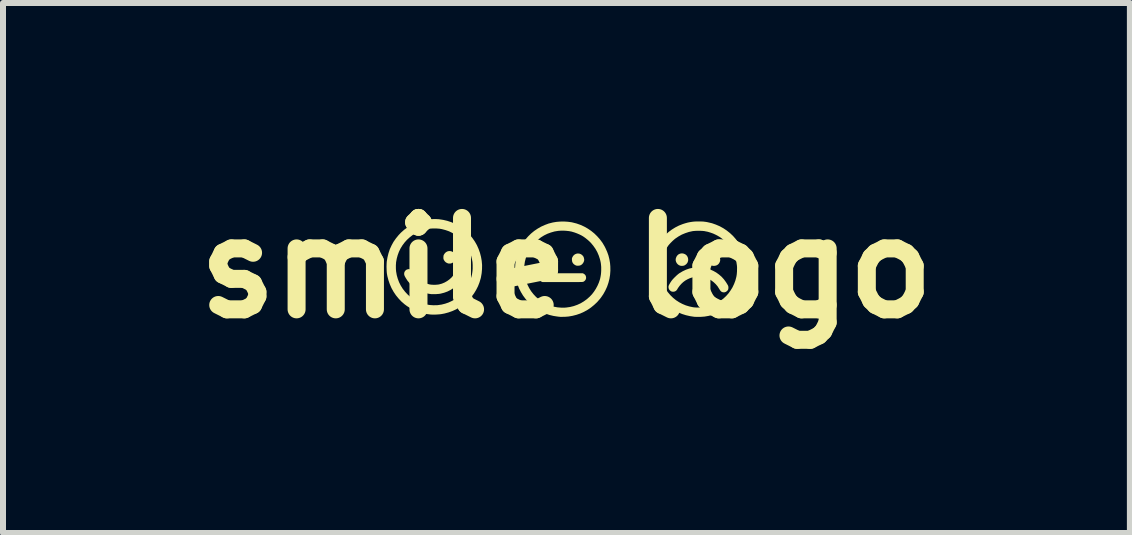
<source format=kicad_pcb>
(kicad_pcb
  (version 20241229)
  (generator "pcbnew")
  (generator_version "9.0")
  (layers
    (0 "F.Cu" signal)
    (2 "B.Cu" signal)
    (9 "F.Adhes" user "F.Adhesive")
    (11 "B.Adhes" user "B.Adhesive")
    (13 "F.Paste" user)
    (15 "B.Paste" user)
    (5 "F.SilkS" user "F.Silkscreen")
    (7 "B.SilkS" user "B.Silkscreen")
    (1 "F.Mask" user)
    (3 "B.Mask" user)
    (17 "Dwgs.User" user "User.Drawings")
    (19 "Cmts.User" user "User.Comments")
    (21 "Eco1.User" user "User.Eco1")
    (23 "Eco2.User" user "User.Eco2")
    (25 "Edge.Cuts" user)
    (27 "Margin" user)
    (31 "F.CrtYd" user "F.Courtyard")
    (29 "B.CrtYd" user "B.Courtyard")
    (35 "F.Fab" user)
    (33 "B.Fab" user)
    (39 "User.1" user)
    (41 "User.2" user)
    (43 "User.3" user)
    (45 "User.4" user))
  (footprint "smile logo"
    (layer "F.Cu")
    (at 6.394 1.418)
    (property "Reference" "smile logo" (at 0 0 0) (layer "F.SilkS") (effects (font (size 1.524 1.524) (thickness 0.3))))
    (attr board_only exclude_from_pos_files exclude_from_bom)
    (fp_poly (pts (xy 2.477 -0.242) (xy 2.498 -0.237) (xy 2.517 -0.226) (xy 2.532 -0.213) (xy 2.547 -0.193) (xy 2.558 -0.172) (xy 2.562 -0.15) (xy 2.563 -0.128) (xy 2.558 -0.107) (xy 2.549 -0.087) (xy 2.537 -0.069) (xy 2.52 -0.054) (xy 2.5 -0.043) (xy 2.477 -0.037) (xy 2.465 -0.036) (xy 2.444 -0.036) (xy 2.428 -0.039) (xy 2.405 -0.05) (xy 2.386 -0.064) (xy 2.371 -0.083) (xy 2.36 -0.104) (xy 2.355 -0.126) (xy 2.355 -0.15) (xy 2.361 -0.174) (xy 2.366 -0.186) (xy 2.38 -0.208) (xy 2.397 -0.224) (xy 2.418 -0.236) (xy 2.443 -0.242) (xy 2.453 -0.243)) (stroke (width 0) (type solid)) (fill yes) (layer "F.SilkS"))
    (fp_poly (pts (xy -2.452 -0.279) (xy -2.434 -0.271) (xy -2.418 -0.261) (xy -2.404 -0.247) (xy -2.392 -0.231) (xy -2.385 -0.217) (xy -2.38 -0.198) (xy -2.378 -0.178) (xy -2.38 -0.157) (xy -2.383 -0.144) (xy -2.394 -0.122) (xy -2.409 -0.104) (xy -2.428 -0.089) (xy -2.449 -0.079) (xy -2.472 -0.074) (xy -2.495 -0.074) (xy -2.502 -0.075) (xy -2.526 -0.083) (xy -2.546 -0.095) (xy -2.563 -0.112) (xy -2.575 -0.131) (xy -2.583 -0.152) (xy -2.587 -0.175) (xy -2.585 -0.199) (xy -2.577 -0.222) (xy -2.575 -0.227) (xy -2.561 -0.247) (xy -2.543 -0.263) (xy -2.522 -0.274) (xy -2.5 -0.281) (xy -2.476 -0.282)) (stroke (width 0) (type solid)) (fill yes) (layer "F.SilkS"))
    (fp_poly (pts (xy 1.952 -0.24) (xy 1.975 -0.231) (xy 1.985 -0.225) (xy 2.003 -0.21) (xy 2.016 -0.191) (xy 2.025 -0.169) (xy 2.029 -0.146) (xy 2.028 -0.122) (xy 2.021 -0.099) (xy 2.021 -0.097) (xy 2.009 -0.078) (xy 1.994 -0.061) (xy 1.975 -0.048) (xy 1.967 -0.043) (xy 1.951 -0.038) (xy 1.933 -0.036) (xy 1.914 -0.036) (xy 1.898 -0.038) (xy 1.895 -0.039) (xy 1.872 -0.049) (xy 1.853 -0.064) (xy 1.838 -0.082) (xy 1.827 -0.103) (xy 1.821 -0.126) (xy 1.821 -0.149) (xy 1.824 -0.163) (xy 1.833 -0.187) (xy 1.846 -0.207) (xy 1.863 -0.224) (xy 1.883 -0.235) (xy 1.905 -0.242) (xy 1.928 -0.244)) (stroke (width 0) (type solid)) (fill yes) (layer "F.SilkS"))
    (fp_poly (pts (xy -1.921 -0.279) (xy -1.901 -0.271) (xy -1.881 -0.258) (xy -1.865 -0.241) (xy -1.854 -0.222) (xy -1.847 -0.201) (xy -1.844 -0.178) (xy -1.847 -0.156) (xy -1.853 -0.135) (xy -1.864 -0.116) (xy -1.88 -0.099) (xy -1.889 -0.093) (xy -1.912 -0.081) (xy -1.935 -0.074) (xy -1.959 -0.074) (xy -1.968 -0.075) (xy -1.991 -0.083) (xy -2.013 -0.096) (xy -2.03 -0.113) (xy -2.044 -0.134) (xy -2.044 -0.134) (xy -2.048 -0.145) (xy -2.051 -0.155) (xy -2.052 -0.166) (xy -2.052 -0.178) (xy -2.051 -0.193) (xy -2.05 -0.203) (xy -2.048 -0.212) (xy -2.043 -0.223) (xy -2.029 -0.244) (xy -2.012 -0.261) (xy -1.991 -0.274) (xy -1.969 -0.281) (xy -1.945 -0.283)) (stroke (width 0) (type solid)) (fill yes) (layer "F.SilkS"))
    (fp_poly (pts (xy -0.315 -0.239) (xy -0.293 -0.231) (xy -0.273 -0.217) (xy -0.257 -0.198) (xy -0.247 -0.181) (xy -0.241 -0.161) (xy -0.239 -0.138) (xy -0.241 -0.115) (xy -0.247 -0.097) (xy -0.259 -0.078) (xy -0.275 -0.061) (xy -0.294 -0.048) (xy -0.297 -0.046) (xy -0.311 -0.041) (xy -0.328 -0.039) (xy -0.346 -0.038) (xy -0.363 -0.039) (xy -0.377 -0.043) (xy -0.399 -0.055) (xy -0.418 -0.071) (xy -0.432 -0.091) (xy -0.44 -0.112) (xy -0.444 -0.135) (xy -0.442 -0.159) (xy -0.434 -0.182) (xy -0.431 -0.187) (xy -0.42 -0.205) (xy -0.406 -0.218) (xy -0.389 -0.23) (xy -0.382 -0.234) (xy -0.371 -0.238) (xy -0.36 -0.241) (xy -0.348 -0.242) (xy -0.341 -0.242)) (stroke (width 0) (type solid)) (fill yes) (layer "F.SilkS"))
    (fp_poly (pts (xy 0.218 -0.239) (xy 0.241 -0.23) (xy 0.261 -0.216) (xy 0.278 -0.197) (xy 0.28 -0.194) (xy 0.287 -0.18) (xy 0.292 -0.163) (xy 0.295 -0.145) (xy 0.296 -0.13) (xy 0.295 -0.128) (xy 0.289 -0.105) (xy 0.278 -0.084) (xy 0.263 -0.065) (xy 0.245 -0.051) (xy 0.239 -0.048) (xy 0.225 -0.042) (xy 0.207 -0.039) (xy 0.188 -0.038) (xy 0.171 -0.039) (xy 0.158 -0.042) (xy 0.143 -0.05) (xy 0.127 -0.06) (xy 0.114 -0.072) (xy 0.114 -0.073) (xy 0.103 -0.088) (xy 0.096 -0.103) (xy 0.093 -0.12) (xy 0.091 -0.135) (xy 0.091 -0.149) (xy 0.091 -0.159) (xy 0.093 -0.167) (xy 0.097 -0.176) (xy 0.098 -0.179) (xy 0.111 -0.201) (xy 0.128 -0.219) (xy 0.149 -0.232) (xy 0.172 -0.24) (xy 0.192 -0.242)) (stroke (width 0) (type solid)) (fill yes) (layer "F.SilkS"))
    (fp_poly (pts (xy 0.287 0.095) (xy 0.304 0.107) (xy 0.317 0.122) (xy 0.324 0.139) (xy 0.327 0.157) (xy 0.326 0.175) (xy 0.32 0.193) (xy 0.309 0.209) (xy 0.294 0.222) (xy 0.283 0.229) (xy 0.281 0.229) (xy 0.278 0.23) (xy 0.274 0.231) (xy 0.27 0.232) (xy 0.264 0.232) (xy 0.255 0.233) (xy 0.245 0.233) (xy 0.232 0.233) (xy 0.216 0.234) (xy 0.197 0.234) (xy 0.174 0.234) (xy 0.147 0.234) (xy 0.115 0.234) (xy 0.079 0.234) (xy 0.037 0.234) (xy -0.01 0.234) (xy -0.063 0.234) (xy -0.066 0.234) (xy -0.402 0.234) (xy -0.418 0.227) (xy -0.435 0.216) (xy -0.447 0.201) (xy -0.456 0.185) (xy -0.459 0.167) (xy -0.458 0.148) (xy -0.453 0.131) (xy -0.443 0.114) (xy -0.428 0.101) (xy -0.419 0.095) (xy -0.403 0.088) (xy 0.272 0.088)) (stroke (width 0) (type solid)) (fill yes) (layer "F.SilkS"))
    (fp_poly (pts (xy 2.221 -0.011) (xy 2.28 -0.005) (xy 2.338 0.006) (xy 2.393 0.024) (xy 2.446 0.047) (xy 2.496 0.075) (xy 2.542 0.108) (xy 2.586 0.146) (xy 2.625 0.189) (xy 2.66 0.237) (xy 2.682 0.273) (xy 2.69 0.286) (xy 2.695 0.297) (xy 2.698 0.306) (xy 2.699 0.315) (xy 2.7 0.323) (xy 2.699 0.343) (xy 2.695 0.36) (xy 2.685 0.375) (xy 2.675 0.385) (xy 2.657 0.398) (xy 2.637 0.405) (xy 2.615 0.406) (xy 2.598 0.402) (xy 2.583 0.395) (xy 2.568 0.381) (xy 2.554 0.361) (xy 2.544 0.345) (xy 2.518 0.304) (xy 2.487 0.268) (xy 2.453 0.236) (xy 2.416 0.208) (xy 2.376 0.185) (xy 2.334 0.168) (xy 2.29 0.155) (xy 2.245 0.147) (xy 2.199 0.144) (xy 2.153 0.147) (xy 2.107 0.155) (xy 2.062 0.168) (xy 2.018 0.188) (xy 1.978 0.211) (xy 1.945 0.236) (xy 1.915 0.264) (xy 1.886 0.297) (xy 1.859 0.334) (xy 1.844 0.36) (xy 1.831 0.376) (xy 1.815 0.387) (xy 1.796 0.394) (xy 1.776 0.396) (xy 1.756 0.393) (xy 1.737 0.385) (xy 1.736 0.383) (xy 1.72 0.369) (xy 1.708 0.352) (xy 1.702 0.332) (xy 1.701 0.312) (xy 1.703 0.298) (xy 1.707 0.289) (xy 1.713 0.276) (xy 1.722 0.26) (xy 1.732 0.243) (xy 1.744 0.225) (xy 1.753 0.212) (xy 1.76 0.203) (xy 1.77 0.191) (xy 1.783 0.177) (xy 1.797 0.162) (xy 1.81 0.15) (xy 1.83 0.13) (xy 1.848 0.114) (xy 1.865 0.1) (xy 1.882 0.087) (xy 1.888 0.084) (xy 1.938 0.054) (xy 1.991 0.029) (xy 2.045 0.01) (xy 2.101 -0.003) (xy 2.157 -0.011) (xy 2.213 -0.012)) (stroke (width 0) (type solid)) (fill yes) (layer "F.SilkS"))
    (fp_poly (pts (xy -2.615 0.02) (xy -2.596 0.027) (xy -2.584 0.034) (xy -2.575 0.042) (xy -2.565 0.055) (xy -2.554 0.072) (xy -2.538 0.099) (xy -2.522 0.121) (xy -2.506 0.142) (xy -2.487 0.161) (xy -2.477 0.171) (xy -2.441 0.202) (xy -2.402 0.228) (xy -2.36 0.249) (xy -2.315 0.265) (xy -2.281 0.274) (xy -2.262 0.277) (xy -2.239 0.279) (xy -2.213 0.28) (xy -2.186 0.28) (xy -2.161 0.278) (xy -2.139 0.276) (xy -2.126 0.274) (xy -2.078 0.261) (xy -2.032 0.242) (xy -1.99 0.218) (xy -1.951 0.19) (xy -1.915 0.157) (xy -1.885 0.121) (xy -1.862 0.087) (xy -1.849 0.066) (xy -1.836 0.05) (xy -1.823 0.04) (xy -1.808 0.033) (xy -1.792 0.03) (xy -1.783 0.03) (xy -1.763 0.032) (xy -1.746 0.038) (xy -1.731 0.049) (xy -1.724 0.057) (xy -1.714 0.07) (xy -1.709 0.084) (xy -1.707 0.1) (xy -1.707 0.112) (xy -1.708 0.122) (xy -1.709 0.13) (xy -1.713 0.139) (xy -1.718 0.149) (xy -1.725 0.162) (xy -1.726 0.164) (xy -1.759 0.213) (xy -1.797 0.259) (xy -1.838 0.299) (xy -1.884 0.335) (xy -1.932 0.366) (xy -1.984 0.392) (xy -2.039 0.412) (xy -2.097 0.427) (xy -2.114 0.43) (xy -2.128 0.432) (xy -2.147 0.433) (xy -2.168 0.435) (xy -2.191 0.436) (xy -2.212 0.436) (xy -2.232 0.436) (xy -2.248 0.436) (xy -2.253 0.436) (xy -2.293 0.43) (xy -2.335 0.421) (xy -2.377 0.409) (xy -2.417 0.394) (xy -2.446 0.382) (xy -2.493 0.355) (xy -2.537 0.325) (xy -2.579 0.29) (xy -2.617 0.252) (xy -2.651 0.211) (xy -2.679 0.167) (xy -2.698 0.133) (xy -2.705 0.112) (xy -2.706 0.092) (xy -2.703 0.073) (xy -2.695 0.056) (xy -2.684 0.042) (xy -2.67 0.03) (xy -2.653 0.023) (xy -2.635 0.019)) (stroke (width 0) (type solid)) (fill yes) (layer "F.SilkS"))
    (fp_poly (pts (xy 0.022 -0.771) (xy 0.083 -0.763) (xy 0.101 -0.759) (xy 0.168 -0.742) (xy 0.233 -0.719) (xy 0.295 -0.691) (xy 0.355 -0.657) (xy 0.411 -0.619) (xy 0.464 -0.576) (xy 0.513 -0.528) (xy 0.558 -0.477) (xy 0.599 -0.422) (xy 0.634 -0.363) (xy 0.649 -0.334) (xy 0.677 -0.272) (xy 0.699 -0.211) (xy 0.715 -0.148) (xy 0.726 -0.084) (xy 0.731 -0.026) (xy 0.732 0.044) (xy 0.727 0.113) (xy 0.716 0.181) (xy 0.699 0.248) (xy 0.677 0.312) (xy 0.648 0.375) (xy 0.615 0.435) (xy 0.576 0.492) (xy 0.559 0.514) (xy 0.512 0.568) (xy 0.461 0.616) (xy 0.407 0.66) (xy 0.356 0.695) (xy 0.295 0.729) (xy 0.232 0.758) (xy 0.168 0.78) (xy 0.102 0.797) (xy 0.039 0.808) (xy 0.023 0.81) (xy 0.004 0.811) (xy -0.017 0.813) (xy -0.039 0.814) (xy -0.061 0.814) (xy -0.081 0.815) (xy -0.097 0.815) (xy -0.108 0.814) (xy -0.109 0.814) (xy -0.117 0.813) (xy -0.129 0.812) (xy -0.144 0.81) (xy -0.152 0.809) (xy -0.217 0.799) (xy -0.283 0.783) (xy -0.348 0.761) (xy -0.411 0.733) (xy -0.42 0.729) (xy -0.48 0.696) (xy -0.536 0.657) (xy -0.589 0.614) (xy -0.638 0.566) (xy -0.683 0.515) (xy -0.724 0.46) (xy -0.759 0.402) (xy -0.79 0.341) (xy -0.815 0.277) (xy -0.834 0.212) (xy -0.836 0.204) (xy -0.849 0.137) (xy -0.856 0.069) (xy -0.857 0.015) (xy -0.706 0.015) (xy -0.703 0.077) (xy -0.694 0.138) (xy -0.679 0.2) (xy -0.673 0.219) (xy -0.651 0.277) (xy -0.623 0.333) (xy -0.59 0.386) (xy -0.552 0.435) (xy -0.509 0.481) (xy -0.462 0.522) (xy -0.411 0.559) (xy -0.381 0.578) (xy -0.326 0.605) (xy -0.269 0.628) (xy -0.21 0.645) (xy -0.15 0.656) (xy -0.089 0.661) (xy -0.029 0.661) (xy -0.004 0.659) (xy 0.06 0.65) (xy 0.121 0.635) (xy 0.18 0.614) (xy 0.237 0.588) (xy 0.29 0.556) (xy 0.341 0.519) (xy 0.389 0.476) (xy 0.426 0.437) (xy 0.459 0.394) (xy 0.489 0.348) (xy 0.516 0.298) (xy 0.539 0.246) (xy 0.557 0.193) (xy 0.563 0.17) (xy 0.569 0.139) (xy 0.574 0.109) (xy 0.577 0.079) (xy 0.579 0.046) (xy 0.579 0.022) (xy 0.579 -0.017) (xy 0.576 -0.052) (xy 0.572 -0.085) (xy 0.565 -0.119) (xy 0.558 -0.147) (xy 0.538 -0.208) (xy 0.513 -0.266) (xy 0.482 -0.321) (xy 0.446 -0.372) (xy 0.406 -0.42) (xy 0.36 -0.464) (xy 0.31 -0.504) (xy 0.277 -0.527) (xy 0.246 -0.545) (xy 0.211 -0.562) (xy 0.173 -0.578) (xy 0.135 -0.592) (xy 0.098 -0.603) (xy 0.085 -0.607) (xy 0.042 -0.615) (xy -0.004 -0.62) (xy -0.051 -0.623) (xy -0.097 -0.622) (xy -0.139 -0.619) (xy -0.2 -0.609) (xy -0.259 -0.592) (xy -0.317 -0.571) (xy -0.372 -0.544) (xy -0.424 -0.512) (xy -0.473 -0.475) (xy -0.518 -0.434) (xy -0.559 -0.388) (xy -0.596 -0.339) (xy -0.627 -0.286) (xy -0.627 -0.286) (xy -0.655 -0.228) (xy -0.677 -0.169) (xy -0.693 -0.108) (xy -0.702 -0.047) (xy -0.706 0.015) (xy -0.857 0.015) (xy -0.857 -0.000171) (xy -0.853 -0.069) (xy -0.842 -0.136) (xy -0.834 -0.172) (xy -0.815 -0.238) (xy -0.79 -0.302) (xy -0.759 -0.363) (xy -0.724 -0.422) (xy -0.684 -0.476) (xy -0.639 -0.527) (xy -0.591 -0.574) (xy -0.539 -0.617) (xy -0.483 -0.655) (xy -0.424 -0.689) (xy -0.362 -0.717) (xy -0.298 -0.741) (xy -0.231 -0.758) (xy -0.227 -0.759) (xy -0.167 -0.769) (xy -0.104 -0.774) (xy -0.041 -0.775)) (stroke (width 0) (type solid)) (fill yes) (layer "F.SilkS"))
    (fp_poly (pts (xy -2.145 -0.814) (xy -2.125 -0.813) (xy -2.054 -0.802) (xy -1.986 -0.786) (xy -1.92 -0.764) (xy -1.856 -0.736) (xy -1.795 -0.703) (xy -1.738 -0.665) (xy -1.683 -0.622) (xy -1.633 -0.575) (xy -1.586 -0.522) (xy -1.567 -0.498) (xy -1.527 -0.44) (xy -1.493 -0.38) (xy -1.465 -0.317) (xy -1.442 -0.252) (xy -1.425 -0.186) (xy -1.413 -0.119) (xy -1.407 -0.05) (xy -1.408 0.019) (xy -1.414 0.087) (xy -1.426 0.156) (xy -1.43 0.173) (xy -1.45 0.24) (xy -1.475 0.304) (xy -1.506 0.365) (xy -1.541 0.423) (xy -1.581 0.478) (xy -1.626 0.529) (xy -1.674 0.576) (xy -1.727 0.618) (xy -1.782 0.656) (xy -1.841 0.69) (xy -1.903 0.718) (xy -1.968 0.741) (xy -2.035 0.759) (xy -2.089 0.769) (xy -2.113 0.772) (xy -2.141 0.774) (xy -2.171 0.776) (xy -2.201 0.777) (xy -2.23 0.777) (xy -2.256 0.776) (xy -2.27 0.775) (xy -2.339 0.766) (xy -2.407 0.751) (xy -2.474 0.73) (xy -2.538 0.704) (xy -2.599 0.672) (xy -2.657 0.636) (xy -2.699 0.605) (xy -2.752 0.559) (xy -2.8 0.508) (xy -2.844 0.454) (xy -2.883 0.396) (xy -2.917 0.335) (xy -2.945 0.271) (xy -2.968 0.205) (xy -2.986 0.136) (xy -2.993 0.097) (xy -2.996 0.072) (xy -2.998 0.043) (xy -2.999 0.011) (xy -3 -0.022) (xy -3 -0.023) (xy -2.844 -0.023) (xy -2.844 0.003) (xy -2.843 0.027) (xy -2.841 0.048) (xy -2.841 0.053) (xy -2.83 0.117) (xy -2.813 0.178) (xy -2.791 0.237) (xy -2.763 0.293) (xy -2.73 0.346) (xy -2.691 0.396) (xy -2.648 0.442) (xy -2.611 0.475) (xy -2.563 0.511) (xy -2.511 0.543) (xy -2.456 0.569) (xy -2.398 0.591) (xy -2.339 0.607) (xy -2.279 0.617) (xy -2.218 0.621) (xy -2.158 0.62) (xy -2.145 0.619) (xy -2.083 0.61) (xy -2.023 0.595) (xy -1.965 0.575) (xy -1.909 0.549) (xy -1.857 0.519) (xy -1.808 0.484) (xy -1.762 0.445) (xy -1.72 0.401) (xy -1.683 0.354) (xy -1.65 0.303) (xy -1.622 0.249) (xy -1.599 0.191) (xy -1.585 0.146) (xy -1.576 0.112) (xy -1.571 0.08) (xy -1.567 0.048) (xy -1.564 0.013) (xy -1.564 0.002) (xy -1.564 -0.05) (xy -1.567 -0.099) (xy -1.576 -0.148) (xy -1.588 -0.197) (xy -1.596 -0.223) (xy -1.618 -0.28) (xy -1.646 -0.335) (xy -1.678 -0.386) (xy -1.716 -0.434) (xy -1.757 -0.479) (xy -1.802 -0.519) (xy -1.851 -0.554) (xy -1.903 -0.585) (xy -1.958 -0.612) (xy -2.016 -0.632) (xy -2.076 -0.648) (xy -2.115 -0.655) (xy -2.14 -0.657) (xy -2.169 -0.659) (xy -2.201 -0.659) (xy -2.232 -0.659) (xy -2.262 -0.657) (xy -2.288 -0.655) (xy -2.289 -0.655) (xy -2.35 -0.644) (xy -2.408 -0.627) (xy -2.465 -0.605) (xy -2.518 -0.578) (xy -2.569 -0.546) (xy -2.616 -0.509) (xy -2.66 -0.469) (xy -2.7 -0.424) (xy -2.735 -0.377) (xy -2.767 -0.325) (xy -2.793 -0.271) (xy -2.814 -0.214) (xy -2.83 -0.155) (xy -2.841 -0.094) (xy -2.841 -0.092) (xy -2.842 -0.072) (xy -2.844 -0.049) (xy -2.844 -0.023) (xy -3 -0.023) (xy -2.999 -0.054) (xy -2.998 -0.083) (xy -2.996 -0.108) (xy -2.984 -0.179) (xy -2.967 -0.248) (xy -2.945 -0.314) (xy -2.916 -0.377) (xy -2.883 -0.437) (xy -2.843 -0.494) (xy -2.799 -0.548) (xy -2.758 -0.591) (xy -2.705 -0.638) (xy -2.648 -0.68) (xy -2.589 -0.717) (xy -2.527 -0.748) (xy -2.462 -0.773) (xy -2.394 -0.793) (xy -2.338 -0.805) (xy -2.31 -0.809) (xy -2.278 -0.812) (xy -2.244 -0.814) (xy -2.209 -0.816) (xy -2.176 -0.816)) (stroke (width 0) (type solid)) (fill yes) (layer "F.SilkS"))
    (fp_poly (pts (xy 2.234 -0.776) (xy 2.26 -0.775) (xy 2.283 -0.774) (xy 2.305 -0.771) (xy 2.329 -0.768) (xy 2.355 -0.763) (xy 2.359 -0.762) (xy 2.427 -0.746) (xy 2.492 -0.723) (xy 2.555 -0.696) (xy 2.615 -0.663) (xy 2.672 -0.625) (xy 2.726 -0.582) (xy 2.776 -0.535) (xy 2.821 -0.484) (xy 2.863 -0.428) (xy 2.899 -0.369) (xy 2.916 -0.338) (xy 2.944 -0.274) (xy 2.967 -0.209) (xy 2.984 -0.142) (xy 2.995 -0.075) (xy 3 -0.008) (xy 2.999 0.06) (xy 2.993 0.127) (xy 2.981 0.194) (xy 2.963 0.259) (xy 2.939 0.324) (xy 2.91 0.386) (xy 2.876 0.446) (xy 2.835 0.504) (xy 2.821 0.522) (xy 2.802 0.544) (xy 2.78 0.568) (xy 2.755 0.593) (xy 2.73 0.616) (xy 2.706 0.637) (xy 2.686 0.653) (xy 2.628 0.694) (xy 2.566 0.728) (xy 2.503 0.758) (xy 2.438 0.781) (xy 2.371 0.798) (xy 2.302 0.81) (xy 2.232 0.815) (xy 2.199 0.815) (xy 2.18 0.815) (xy 2.163 0.815) (xy 2.149 0.814) (xy 2.139 0.814) (xy 2.135 0.814) (xy 2.062 0.803) (xy 1.992 0.787) (xy 1.925 0.766) (xy 1.861 0.739) (xy 1.799 0.706) (xy 1.779 0.693) (xy 1.727 0.657) (xy 1.677 0.616) (xy 1.63 0.57) (xy 1.586 0.521) (xy 1.546 0.469) (xy 1.527 0.441) (xy 1.514 0.418) (xy 1.5 0.392) (xy 1.485 0.363) (xy 1.472 0.333) (xy 1.46 0.304) (xy 1.45 0.277) (xy 1.447 0.27) (xy 1.434 0.227) (xy 1.424 0.187) (xy 1.417 0.148) (xy 1.412 0.108) (xy 1.409 0.065) (xy 1.408 0.025) (xy 1.563 0.025) (xy 1.566 0.085) (xy 1.575 0.144) (xy 1.589 0.203) (xy 1.609 0.26) (xy 1.635 0.315) (xy 1.666 0.369) (xy 1.692 0.406) (xy 1.733 0.454) (xy 1.777 0.497) (xy 1.825 0.536) (xy 1.877 0.57) (xy 1.932 0.599) (xy 1.989 0.623) (xy 2.049 0.641) (xy 2.11 0.654) (xy 2.127 0.656) (xy 2.146 0.658) (xy 2.169 0.659) (xy 2.195 0.659) (xy 2.222 0.659) (xy 2.249 0.658) (xy 2.272 0.656) (xy 2.287 0.655) (xy 2.348 0.644) (xy 2.407 0.627) (xy 2.464 0.605) (xy 2.518 0.578) (xy 2.569 0.545) (xy 2.617 0.509) (xy 2.661 0.468) (xy 2.701 0.423) (xy 2.736 0.374) (xy 2.768 0.322) (xy 2.794 0.267) (xy 2.816 0.209) (xy 2.832 0.148) (xy 2.836 0.125) (xy 2.839 0.105) (xy 2.841 0.081) (xy 2.843 0.055) (xy 2.843 0.027) (xy 2.844 -0.000399) (xy 2.843 -0.025) (xy 2.841 -0.046) (xy 2.841 -0.047) (xy 2.831 -0.11) (xy 2.816 -0.171) (xy 2.794 -0.23) (xy 2.767 -0.286) (xy 2.735 -0.339) (xy 2.697 -0.389) (xy 2.666 -0.423) (xy 2.63 -0.458) (xy 2.595 -0.488) (xy 2.558 -0.515) (xy 2.518 -0.539) (xy 2.491 -0.553) (xy 2.446 -0.574) (xy 2.401 -0.59) (xy 2.355 -0.604) (xy 2.304 -0.614) (xy 2.302 -0.615) (xy 2.282 -0.617) (xy 2.259 -0.619) (xy 2.232 -0.62) (xy 2.203 -0.62) (xy 2.175 -0.62) (xy 2.148 -0.619) (xy 2.124 -0.617) (xy 2.105 -0.615) (xy 2.041 -0.601) (xy 1.981 -0.581) (xy 1.923 -0.557) (xy 1.869 -0.527) (xy 1.817 -0.492) (xy 1.803 -0.481) (xy 1.788 -0.468) (xy 1.77 -0.452) (xy 1.751 -0.433) (xy 1.733 -0.415) (xy 1.716 -0.396) (xy 1.702 -0.38) (xy 1.697 -0.373) (xy 1.661 -0.321) (xy 1.63 -0.267) (xy 1.606 -0.211) (xy 1.586 -0.153) (xy 1.573 -0.094) (xy 1.565 -0.035) (xy 1.563 0.025) (xy 1.408 0.025) (xy 1.408 0.019) (xy 1.408 0.017) (xy 1.409 -0.017) (xy 1.41 -0.047) (xy 1.412 -0.074) (xy 1.415 -0.101) (xy 1.42 -0.127) (xy 1.426 -0.156) (xy 1.431 -0.177) (xy 1.44 -0.21) (xy 1.45 -0.24) (xy 1.461 -0.27) (xy 1.474 -0.3) (xy 1.489 -0.333) (xy 1.522 -0.394) (xy 1.561 -0.451) (xy 1.604 -0.505) (xy 1.651 -0.554) (xy 1.702 -0.6) (xy 1.757 -0.641) (xy 1.815 -0.677) (xy 1.876 -0.708) (xy 1.94 -0.733) (xy 1.978 -0.745) (xy 2.021 -0.757) (xy 2.061 -0.765) (xy 2.1 -0.771) (xy 2.141 -0.775) (xy 2.185 -0.776) (xy 2.203 -0.776)) (stroke (width 0) (type solid)) (fill yes) (layer "F.SilkS")))
  (gr_rect
    (start -3 -3)
    (end 15.787 5.836)
    (stroke (width 0.1) (type default))
    (fill no)
    (layer "Edge.Cuts")))
</source>
